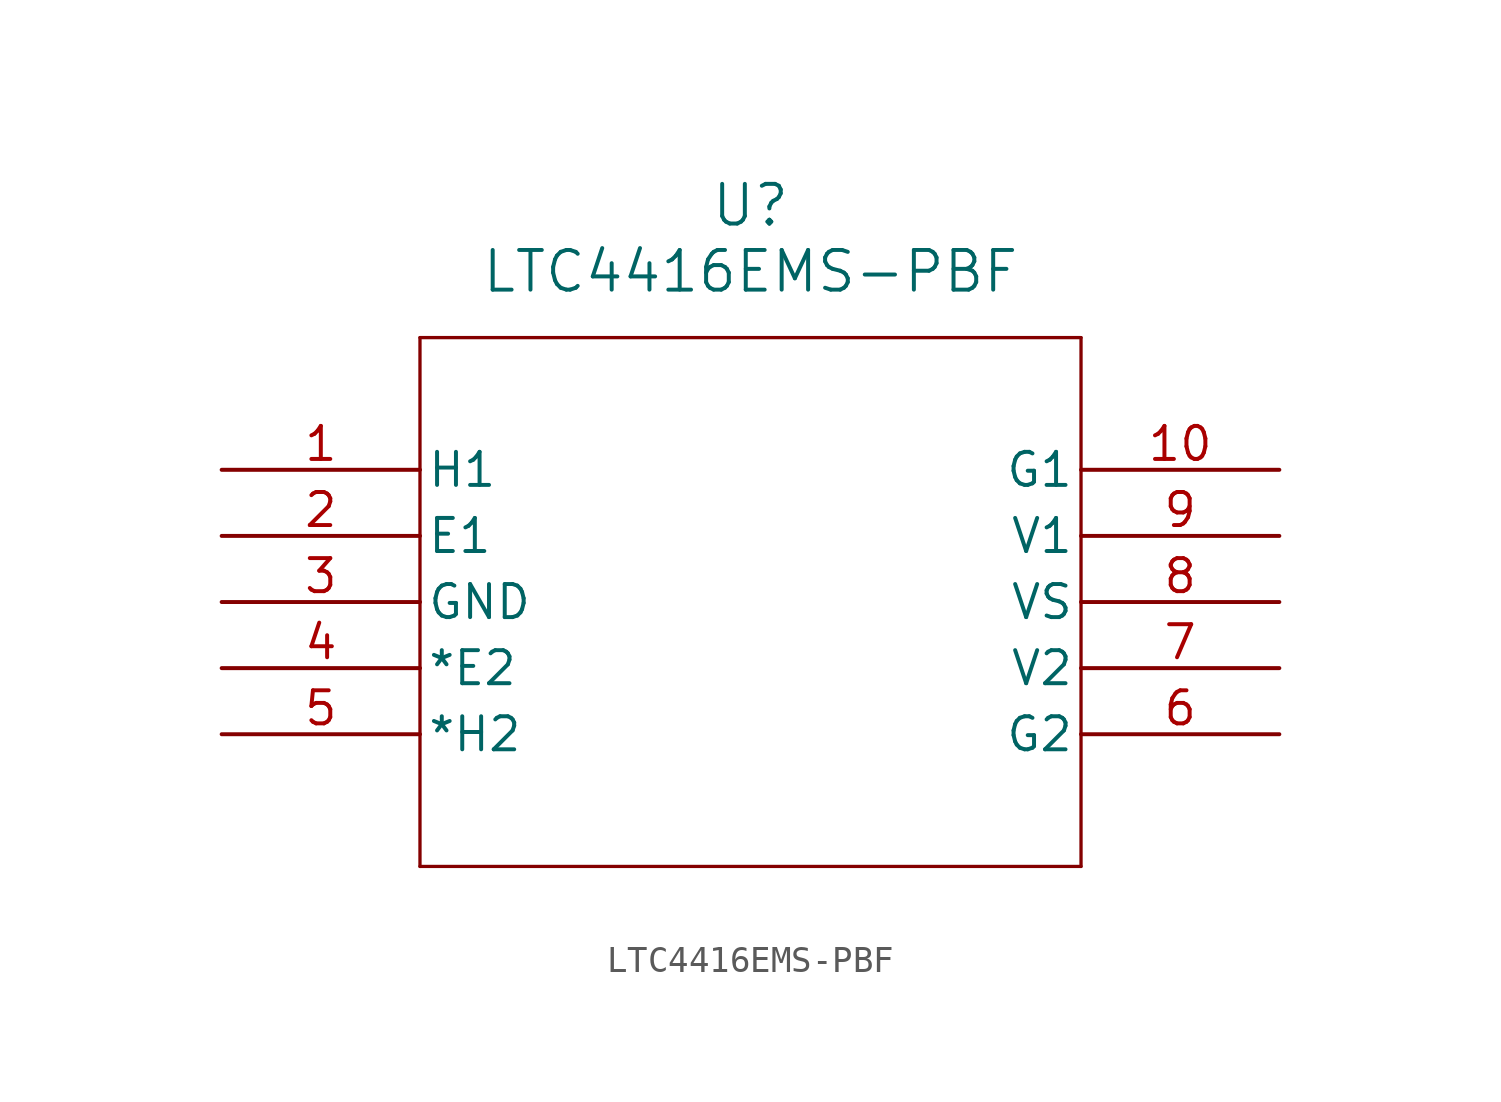
<source format=kicad_sym>
(kicad_symbol_lib
  (version 20211014)
  (generator kicad_symbol_editor)
  (symbol "LTC4416EMS-PBF"
    (pin_names
      (offset 0.254))
    (property "Reference" "U"
      (at 20.32 10.16 0)
      (effects (font (size 1.524 1.524))))
    (property "Value" "LTC4416EMS-PBF"
      (at 20.32 7.62 0)
      (effects (font (size 1.524 1.524))))
    (symbol "LTC4416EMS-PBF_0_1"
      (polyline (pts (xy 7.62 5.08) (xy 7.62 -15.24)) (stroke (width 0.127) (type default) (color 0 0 0 0)) (fill (type none)))
      (polyline (pts (xy 7.62 -15.24) (xy 33.02 -15.24)) (stroke (width 0.127) (type default) (color 0 0 0 0)) (fill (type none)))
      (polyline (pts (xy 33.02 -15.24) (xy 33.02 5.08)) (stroke (width 0.127) (type default) (color 0 0 0 0)) (fill (type none)))
      (polyline (pts (xy 33.02 5.08) (xy 7.62 5.08)) (stroke (width 0.127) (type default) (color 0 0 0 0)) (fill (type none)))
      (pin output line (at 0 0 0) (length 7.62) (name "H1" (effects (font (size 1.27 1.27)))) (number "1" (effects (font (size 1.27 1.27)))))
      (pin input line (at 0 -2.54 0) (length 7.62) (name "E1" (effects (font (size 1.27 1.27)))) (number "2" (effects (font (size 1.27 1.27)))))
      (pin power_in line (at 0 -5.08 0) (length 7.62) (name "GND" (effects (font (size 1.27 1.27)))) (number "3" (effects (font (size 1.27 1.27)))))
      (pin input line (at 0 -7.62 0) (length 7.62) (name "*E2" (effects (font (size 1.27 1.27)))) (number "4" (effects (font (size 1.27 1.27)))))
      (pin input line (at 0 -10.16 0) (length 7.62) (name "*H2" (effects (font (size 1.27 1.27)))) (number "5" (effects (font (size 1.27 1.27)))))
      (pin unspecified line (at 40.64 -10.16 180) (length 7.62) (name "G2" (effects (font (size 1.27 1.27)))) (number "6" (effects (font (size 1.27 1.27)))))
      (pin input line (at 40.64 -7.62 180) (length 7.62) (name "V2" (effects (font (size 1.27 1.27)))) (number "7" (effects (font (size 1.27 1.27)))))
      (pin input line (at 40.64 -5.08 180) (length 7.62) (name "VS" (effects (font (size 1.27 1.27)))) (number "8" (effects (font (size 1.27 1.27)))))
      (pin input line (at 40.64 -2.54 180) (length 7.62) (name "V1" (effects (font (size 1.27 1.27)))) (number "9" (effects (font (size 1.27 1.27)))))
      (pin unspecified line (at 40.64 0 180) (length 7.62) (name "G1" (effects (font (size 1.27 1.27)))) (number "10" (effects (font (size 1.27 1.27))))))))
</source>
